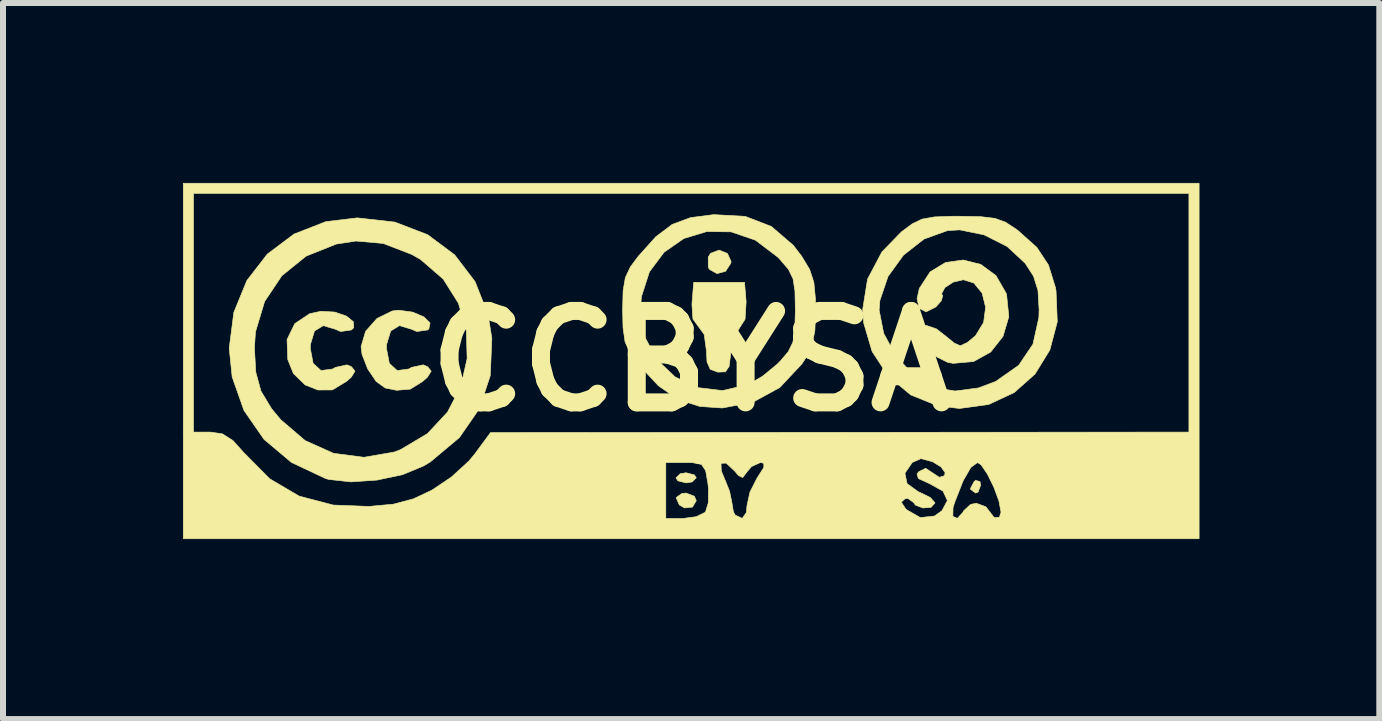
<source format=kicad_pcb>
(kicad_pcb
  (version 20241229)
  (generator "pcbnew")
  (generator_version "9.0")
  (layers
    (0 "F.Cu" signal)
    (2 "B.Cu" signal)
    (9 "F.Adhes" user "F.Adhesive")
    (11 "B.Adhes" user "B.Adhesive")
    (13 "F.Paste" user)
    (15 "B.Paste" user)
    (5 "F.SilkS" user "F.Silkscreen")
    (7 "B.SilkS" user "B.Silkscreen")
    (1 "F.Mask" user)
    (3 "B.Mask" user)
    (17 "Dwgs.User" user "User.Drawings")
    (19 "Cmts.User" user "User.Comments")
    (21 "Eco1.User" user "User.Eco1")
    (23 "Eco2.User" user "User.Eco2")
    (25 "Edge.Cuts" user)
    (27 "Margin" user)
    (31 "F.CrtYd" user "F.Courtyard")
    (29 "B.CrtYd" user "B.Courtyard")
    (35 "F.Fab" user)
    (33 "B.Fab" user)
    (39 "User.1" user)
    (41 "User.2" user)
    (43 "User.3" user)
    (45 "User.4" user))
  (footprint "CCBYSA"
    (layer "F.Cu")
    (at 8.472 2.968)
    (property "Reference" "CCBYSA" (at 0 0 0) (layer "F.SilkS") (effects (font (size 1.524 1.524) (thickness 0.3))))
    (attr through_hole)
    (fp_poly (pts (xy 0.053 1.898) (xy 0.085 1.947) (xy 0.014 2.016) (xy -0.085 2.032) (xy -0.222 1.997) (xy -0.254 1.947) (xy -0.183 1.879) (xy -0.085 1.863) (xy 0.053 1.898)) (stroke (width 0.01) (type solid)) (fill yes) (layer "F.SilkS"))
    (fp_poly (pts (xy 0.053 2.254) (xy 0.085 2.328) (xy 0.022 2.435) (xy -0.112 2.449) (xy -0.198 2.399) (xy -0.252 2.278) (xy -0.156 2.208) (xy -0.085 2.201) (xy 0.053 2.254)) (stroke (width 0.01) (type solid)) (fill yes) (layer "F.SilkS"))
    (fp_poly (pts (xy 4.814 2.009) (xy 4.826 2.069) (xy 4.782 2.185) (xy 4.741 2.201) (xy 4.659 2.141) (xy 4.657 2.122) (xy 4.718 2.007) (xy 4.741 1.99) (xy 4.814 2.009)) (stroke (width 0.01) (type solid)) (fill yes) (layer "F.SilkS"))
    (fp_poly (pts (xy 0.605 -1.792) (xy 0.665 -1.659) (xy 0.661 -1.631) (xy 0.574 -1.496) (xy 0.431 -1.457) (xy 0.306 -1.526) (xy 0.285 -1.566) (xy 0.284 -1.731) (xy 0.322 -1.795) (xy 0.466 -1.849) (xy 0.605 -1.792)) (stroke (width 0.01) (type solid)) (fill yes) (layer "F.SilkS"))
    (fp_poly (pts (xy 0.916 -0.987) (xy 0.898 -0.696) (xy 0.814 -0.564) (xy 0.725 -0.421) (xy 0.667 -0.189) (xy 0.66 -0.127) (xy 0.632 0.09) (xy 0.571 0.18) (xy 0.449 0.185) (xy 0.445 0.185) (xy 0.318 0.139) (xy 0.264 0.017) (xy 0.254 -0.171) (xy 0.217 -0.442) (xy 0.121 -0.574) (xy 0.029 -0.699) (xy 0.013 -0.944) (xy 0.015 -0.98) (xy 0.042 -1.312) (xy 0.889 -1.312) (xy 0.916 -0.987)) (stroke (width 0.01) (type solid)) (fill yes) (layer "F.SilkS"))
    (fp_poly (pts (xy -5.942 -0.816) (xy -5.749 -0.75) (xy -5.631 -0.655) (xy -5.625 -0.555) (xy -5.665 -0.517) (xy -5.845 -0.492) (xy -5.929 -0.529) (xy -6.133 -0.59) (xy -6.279 -0.501) (xy -6.347 -0.278) (xy -6.35 -0.212) (xy -6.302 0.039) (xy -6.171 0.159) (xy -5.978 0.133) (xy -5.929 0.106) (xy -5.739 0.064) (xy -5.665 0.094) (xy -5.604 0.169) (xy -5.666 0.269) (xy -5.746 0.34) (xy -5.982 0.482) (xy -6.222 0.483) (xy -6.435 0.399) (xy -6.631 0.208) (xy -6.725 -0.025) (xy -6.737 -0.358) (xy -6.608 -0.623) (xy -6.359 -0.789) (xy -6.172 -0.829) (xy -5.942 -0.816)) (stroke (width 0.01) (type solid)) (fill yes) (layer "F.SilkS"))
    (fp_poly (pts (xy -4.642 -0.815) (xy -4.455 -0.735) (xy -4.353 -0.634) (xy -4.373 -0.535) (xy -4.395 -0.517) (xy -4.575 -0.492) (xy -4.659 -0.529) (xy -4.863 -0.59) (xy -5.009 -0.501) (xy -5.077 -0.278) (xy -5.08 -0.212) (xy -5.032 0.039) (xy -4.901 0.159) (xy -4.708 0.133) (xy -4.659 0.106) (xy -4.469 0.064) (xy -4.395 0.094) (xy -4.334 0.169) (xy -4.396 0.269) (xy -4.476 0.34) (xy -4.683 0.469) (xy -4.912 0.488) (xy -5.102 0.449) (xy -5.252 0.34) (xy -5.393 0.131) (xy -5.487 -0.111) (xy -5.503 -0.238) (xy -5.428 -0.494) (xy -5.237 -0.71) (xy -4.983 -0.834) (xy -4.878 -0.847) (xy -4.642 -0.815)) (stroke (width 0.01) (type solid)) (fill yes) (layer "F.SilkS"))
    (fp_poly (pts (xy 4.828 -1.61) (xy 5.08 -1.425) (xy 5.249 -1.132) (xy 5.258 -1.105) (xy 5.295 -0.738) (xy 5.198 -0.41) (xy 4.993 -0.15) (xy 4.707 0.009) (xy 4.368 0.039) (xy 4.276 0.023) (xy 4.01 -0.11) (xy 3.822 -0.332) (xy 3.784 -0.429) (xy 3.801 -0.558) (xy 3.916 -0.594) (xy 4.086 -0.537) (xy 4.233 -0.423) (xy 4.385 -0.299) (xy 4.487 -0.254) (xy 4.604 -0.309) (xy 4.741 -0.423) (xy 4.875 -0.644) (xy 4.908 -0.896) (xy 4.85 -1.132) (xy 4.712 -1.3) (xy 4.537 -1.355) (xy 4.367 -1.315) (xy 4.229 -1.224) (xy 4.175 -1.123) (xy 4.192 -1.085) (xy 4.17 -1.005) (xy 4.077 -0.9) (xy 3.916 -0.82) (xy 3.802 -0.877) (xy 3.765 -1.038) (xy 3.803 -1.209) (xy 3.983 -1.486) (xy 4.241 -1.643) (xy 4.536 -1.684) (xy 4.828 -1.61)) (stroke (width 0.01) (type solid)) (fill yes) (layer "F.SilkS"))
    (fp_poly (pts (xy -4.941 -2.316) (xy -4.394 -2.106) (xy -3.943 -1.77) (xy -3.602 -1.322) (xy -3.387 -0.777) (xy -3.323 -0.378) (xy -3.349 0.242) (xy -3.531 0.795) (xy -3.864 1.276) (xy -4.344 1.678) (xy -4.46 1.749) (xy -4.81 1.894) (xy -5.237 1.985) (xy -5.672 2.015) (xy -6.042 1.974) (xy -6.097 1.958) (xy -6.663 1.691) (xy -7.121 1.306) (xy -7.455 0.824) (xy -7.652 0.265) (xy -7.701 -0.212) (xy -7.7 -0.221) (xy -7.281 -0.221) (xy -7.258 0.187) (xy -7.172 0.501) (xy -6.997 0.792) (xy -6.843 0.978) (xy -6.435 1.327) (xy -5.961 1.539) (xy -5.455 1.605) (xy -4.949 1.517) (xy -4.844 1.477) (xy -4.396 1.21) (xy -4.061 0.85) (xy -3.84 0.423) (xy -3.735 -0.04) (xy -3.748 -0.511) (xy -3.88 -0.963) (xy -4.134 -1.366) (xy -4.51 -1.692) (xy -4.657 -1.776) (xy -5.134 -1.96) (xy -5.589 -2) (xy -5.918 -1.949) (xy -6.42 -1.748) (xy -6.824 -1.421) (xy -7.111 -0.992) (xy -7.263 -0.486) (xy -7.281 -0.221) (xy -7.7 -0.221) (xy -7.624 -0.811) (xy -7.407 -1.341) (xy -7.066 -1.782) (xy -6.621 -2.116) (xy -6.091 -2.323) (xy -5.568 -2.386) (xy -4.941 -2.316)) (stroke (width 0.01) (type solid)) (fill yes) (layer "F.SilkS"))
    (fp_poly (pts (xy 4.829 -2.406) (xy 5.064 -2.378) (xy 5.241 -2.313) (xy 5.416 -2.199) (xy 5.448 -2.175) (xy 5.762 -1.894) (xy 5.956 -1.6) (xy 6.071 -1.229) (xy 6.082 -1.172) (xy 6.103 -0.654) (xy 5.979 -0.184) (xy 5.733 0.216) (xy 5.385 0.526) (xy 4.958 0.725) (xy 4.472 0.791) (xy 4.112 0.748) (xy 3.659 0.565) (xy 3.285 0.252) (xy 3.016 -0.159) (xy 2.875 -0.636) (xy 2.86 -0.847) (xy 3.133 -0.847) (xy 3.209 -0.461) (xy 3.413 -0.084) (xy 3.709 0.235) (xy 4.06 0.446) (xy 4.064 0.447) (xy 4.401 0.5) (xy 4.788 0.449) (xy 5.076 0.341) (xy 5.46 0.071) (xy 5.697 -0.28) (xy 5.796 -0.724) (xy 5.8 -0.853) (xy 5.781 -1.176) (xy 5.707 -1.413) (xy 5.568 -1.629) (xy 5.267 -1.909) (xy 4.883 -2.103) (xy 4.478 -2.186) (xy 4.276 -2.175) (xy 3.881 -2.033) (xy 3.538 -1.764) (xy 3.281 -1.409) (xy 3.145 -1.008) (xy 3.133 -0.847) (xy 2.86 -0.847) (xy 2.859 -0.86) (xy 2.94 -1.365) (xy 3.179 -1.818) (xy 3.506 -2.154) (xy 3.685 -2.287) (xy 3.848 -2.365) (xy 4.052 -2.402) (xy 4.352 -2.413) (xy 4.481 -2.413) (xy 4.829 -2.406)) (stroke (width 0.01) (type solid)) (fill yes) (layer "F.SilkS"))
    (fp_poly (pts (xy 0.901 -2.411) (xy 1.336 -2.243) (xy 1.702 -1.929) (xy 1.84 -1.749) (xy 1.974 -1.528) (xy 2.045 -1.311) (xy 2.072 -1.029) (xy 2.074 -0.847) (xy 2.062 -0.507) (xy 2.015 -0.266) (xy 1.914 -0.056) (xy 1.843 0.051) (xy 1.478 0.441) (xy 1.029 0.687) (xy 0.519 0.783) (xy 0.143 0.757) (xy -0.213 0.643) (xy -0.545 0.414) (xy -0.884 0.051) (xy -1.025 -0.143) (xy -1.103 -0.323) (xy -1.136 -0.553) (xy -1.143 -0.846) (xy -1.143 -0.847) (xy -0.847 -0.847) (xy -0.773 -0.4) (xy -0.571 -0.023) (xy -0.269 0.265) (xy 0.105 0.443) (xy 0.52 0.493) (xy 0.949 0.394) (xy 0.955 0.391) (xy 1.193 0.251) (xy 1.436 0.051) (xy 1.482 0.005) (xy 1.619 -0.157) (xy 1.695 -0.313) (xy 1.728 -0.522) (xy 1.736 -0.841) (xy 1.736 -0.848) (xy 1.73 -1.164) (xy 1.698 -1.371) (xy 1.622 -1.527) (xy 1.482 -1.691) (xy 1.442 -1.733) (xy 1.07 -2.015) (xy 0.666 -2.153) (xy 0.259 -2.158) (xy -0.123 -2.042) (xy -0.451 -1.814) (xy -0.696 -1.487) (xy -0.83 -1.071) (xy -0.847 -0.847) (xy -1.143 -0.847) (xy -1.135 -1.172) (xy -1.097 -1.392) (xy -1.013 -1.57) (xy -0.884 -1.743) (xy -0.59 -2.071) (xy -0.317 -2.277) (xy -0.012 -2.39) (xy 0.375 -2.44) (xy 0.901 -2.411)) (stroke (width 0.01) (type solid)) (fill yes) (layer "F.SilkS"))
    (fp_poly (pts (xy 8.467 2.963) (xy -8.467 2.963) (xy -8.467 -2.794) (xy -8.297 -2.794) (xy -8.297 1.185) (xy -8.015 1.185) (xy -7.814 1.214) (xy -7.64 1.325) (xy -7.458 1.527) (xy -7.025 1.964) (xy -6.535 2.252) (xy -5.967 2.401) (xy -5.371 2.424) (xy -4.961 2.386) (xy -4.631 2.298) (xy -4.321 2.152) (xy -3.998 1.935) (xy -3.733 1.693) (xy -0.423 1.693) (xy -0.423 2.625) (xy -0.137 2.625) (xy 0.085 2.595) (xy 0.233 2.522) (xy 0.238 2.517) (xy 0.285 2.366) (xy 0.288 2.124) (xy 0.28 2.051) (xy 0.241 1.827) (xy 0.172 1.724) (xy 0.076 1.705) (xy 0.497 1.705) (xy 0.502 1.834) (xy 0.548 1.943) (xy 0.639 2.167) (xy 0.677 2.352) (xy 0.704 2.515) (xy 0.734 2.568) (xy 0.851 2.623) (xy 0.92 2.525) (xy 0.931 2.405) (xy 0.943 2.353) (xy 3.502 2.353) (xy 3.574 2.461) (xy 3.593 2.48) (xy 3.82 2.61) (xy 4.006 2.59) (xy 4.362 2.59) (xy 4.437 2.623) (xy 4.53 2.523) (xy 4.541 2.498) (xy 4.657 2.391) (xy 4.753 2.371) (xy 4.912 2.429) (xy 4.965 2.498) (xy 5.05 2.609) (xy 5.137 2.605) (xy 5.165 2.522) (xy 5.131 2.336) (xy 5.046 2.105) (xy 4.938 1.885) (xy 4.833 1.731) (xy 4.773 1.693) (xy 4.662 1.773) (xy 4.533 1.998) (xy 4.396 2.347) (xy 4.365 2.442) (xy 4.362 2.59) (xy 4.006 2.59) (xy 4.056 2.584) (xy 4.181 2.495) (xy 4.271 2.325) (xy 4.198 2.169) (xy 3.968 2.041) (xy 3.957 2.037) (xy 3.787 1.959) (xy 3.764 1.884) (xy 3.794 1.845) (xy 3.909 1.788) (xy 3.996 1.846) (xy 4.137 1.939) (xy 4.223 1.911) (xy 4.233 1.861) (xy 4.165 1.766) (xy 4.024 1.679) (xy 3.83 1.627) (xy 3.686 1.691) (xy 3.563 1.87) (xy 3.599 2.044) (xy 3.783 2.178) (xy 3.81 2.189) (xy 3.986 2.275) (xy 4.064 2.363) (xy 4.064 2.366) (xy 4 2.439) (xy 3.863 2.45) (xy 3.738 2.402) (xy 3.707 2.358) (xy 3.614 2.292) (xy 3.562 2.298) (xy 3.502 2.353) (xy 0.943 2.353) (xy 0.98 2.184) (xy 1.099 1.949) (xy 1.106 1.939) (xy 1.211 1.774) (xy 1.21 1.704) (xy 1.153 1.693) (xy 1.007 1.759) (xy 0.936 1.841) (xy 0.858 1.943) (xy 0.785 1.907) (xy 0.732 1.841) (xy 0.584 1.702) (xy 0.497 1.705) (xy 0.076 1.705) (xy 0.024 1.695) (xy -0.096 1.693) (xy -0.423 1.693) (xy -3.733 1.693) (xy -3.708 1.67) (xy -3.607 1.549) (xy -3.344 1.192) (xy 2.477 1.189) (xy 8.297 1.185) (xy 8.297 -2.794) (xy -8.297 -2.794) (xy -8.467 -2.794) (xy -8.467 -2.963) (xy 8.467 -2.963) (xy 8.467 2.963)) (stroke (width 0.01) (type solid)) (fill yes) (layer "F.SilkS")))
  (gr_rect
    (start -3 -3)
    (end 19.943 8.937)
    (stroke (width 0.1) (type default))
    (fill no)
    (layer "Edge.Cuts")))
</source>
